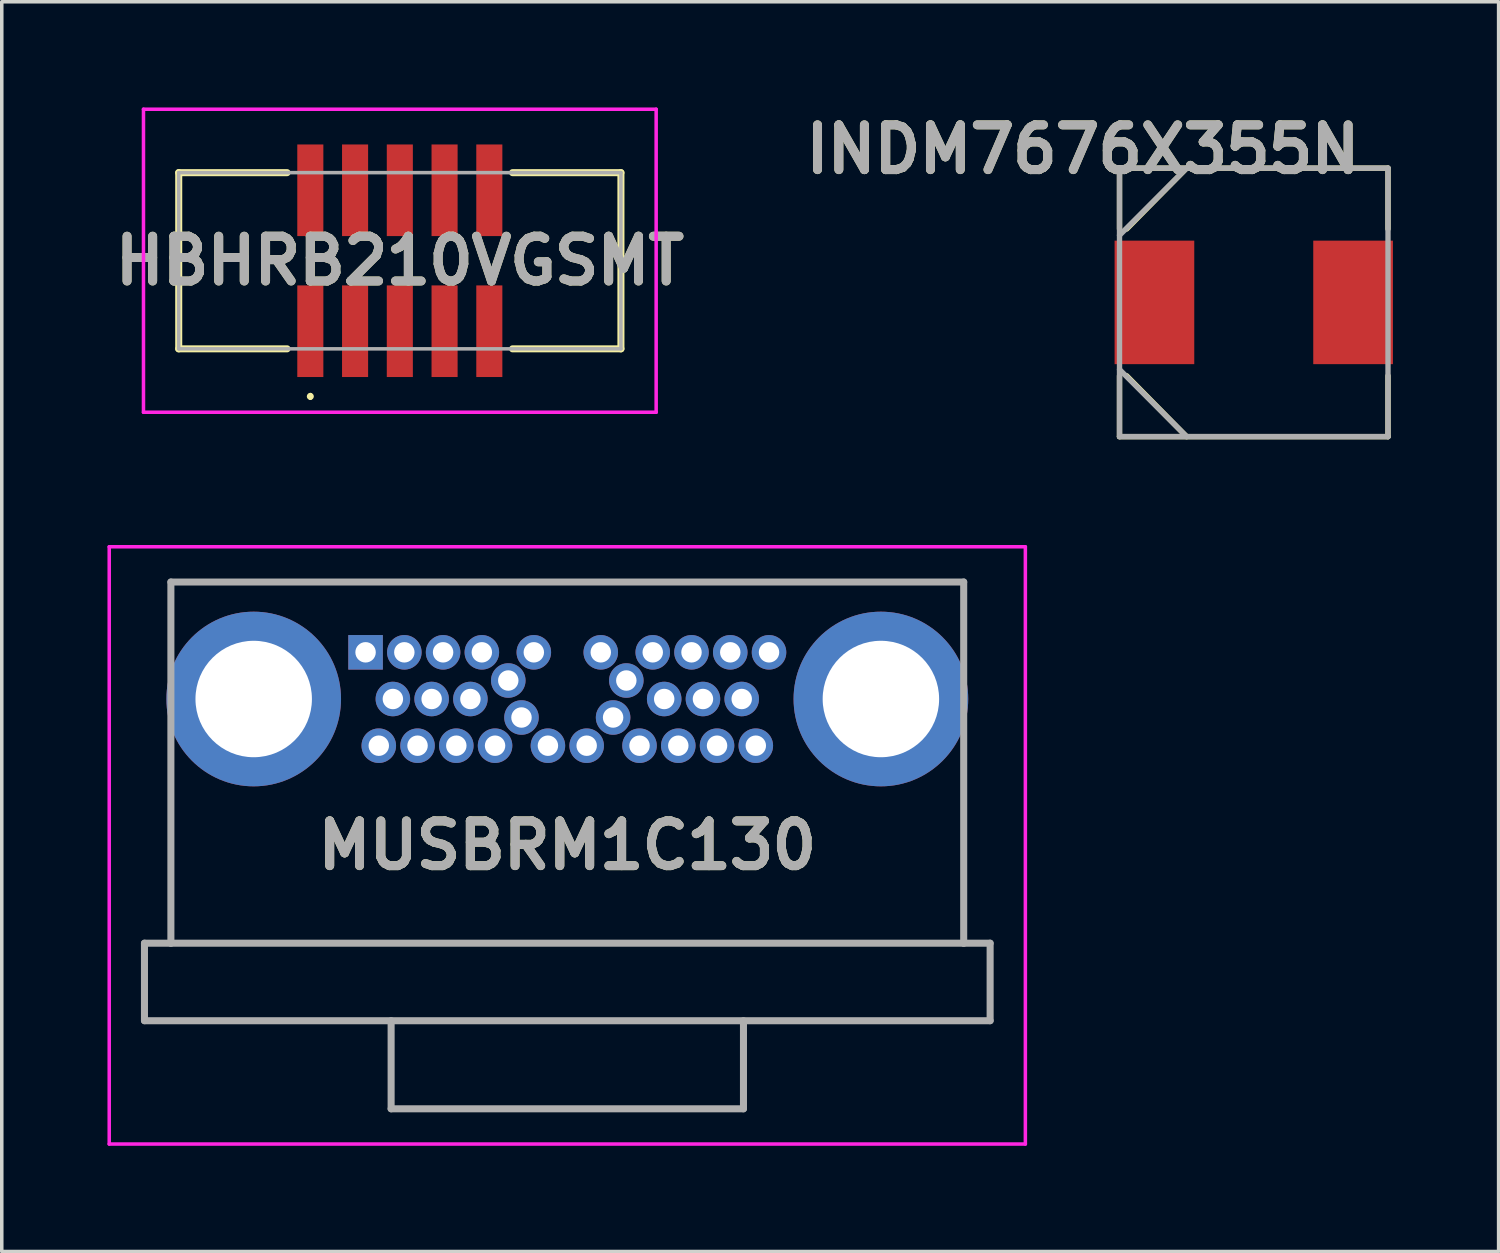
<source format=kicad_pcb>
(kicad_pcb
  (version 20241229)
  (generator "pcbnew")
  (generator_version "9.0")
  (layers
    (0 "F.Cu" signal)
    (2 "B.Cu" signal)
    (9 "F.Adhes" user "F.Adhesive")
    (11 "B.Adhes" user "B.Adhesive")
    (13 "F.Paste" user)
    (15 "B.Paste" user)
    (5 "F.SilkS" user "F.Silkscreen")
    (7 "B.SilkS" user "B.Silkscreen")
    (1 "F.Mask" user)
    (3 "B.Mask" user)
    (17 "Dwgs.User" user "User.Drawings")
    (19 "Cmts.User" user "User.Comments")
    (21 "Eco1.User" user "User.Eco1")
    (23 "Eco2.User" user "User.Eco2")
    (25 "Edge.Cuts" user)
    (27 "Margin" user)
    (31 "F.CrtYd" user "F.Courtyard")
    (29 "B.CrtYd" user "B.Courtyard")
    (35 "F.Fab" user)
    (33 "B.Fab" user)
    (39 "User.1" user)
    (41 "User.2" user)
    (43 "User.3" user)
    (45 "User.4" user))
  (footprint "HBHRB210VGSMT"
    (layer "F.Cu")
    (at 8.297 4.35)
    (property "Reference" "HBHRB210VGSMT" (at 0 0 0) (layer "F.SilkS") (effects (font (size 1.27 1.27) (thickness 0.254))))
    (attr smd)
    (fp_line (start -6.275 -2.5) (end -3.2 -2.5) (stroke (width 0.2) (type solid)) (layer "F.SilkS"))
    (fp_line (start -6.275 2.5) (end -6.275 -2.5) (stroke (width 0.2) (type solid)) (layer "F.SilkS"))
    (fp_line (start -3.2 2.5) (end -6.275 2.5) (stroke (width 0.2) (type solid)) (layer "F.SilkS"))
    (fp_line (start -2.54 3.8) (end -2.54 3.8) (stroke (width 0.1) (type solid)) (layer "F.SilkS"))
    (fp_line (start -2.54 3.9) (end -2.54 3.9) (stroke (width 0.1) (type solid)) (layer "F.SilkS"))
    (fp_line (start 3.2 -2.5) (end 6.275 -2.5) (stroke (width 0.2) (type solid)) (layer "F.SilkS"))
    (fp_line (start 6.275 -2.5) (end 6.275 2.5) (stroke (width 0.2) (type solid)) (layer "F.SilkS"))
    (fp_line (start 6.275 2.5) (end 3.2 2.5) (stroke (width 0.2) (type solid)) (layer "F.SilkS"))
    (fp_arc (start -2.54 3.8) (mid -2.49 3.85) (end -2.54 3.9) (stroke (width 0.1) (type solid)) (layer "F.SilkS"))
    (fp_arc (start -2.54 3.9) (mid -2.59 3.85) (end -2.54 3.8) (stroke (width 0.1) (type solid)) (layer "F.SilkS"))
    (fp_line (start -7.275 -4.3) (end 7.275 -4.3) (stroke (width 0.1) (type solid)) (layer "F.CrtYd"))
    (fp_line (start -7.275 4.3) (end -7.275 -4.3) (stroke (width 0.1) (type solid)) (layer "F.CrtYd"))
    (fp_line (start 7.275 -4.3) (end 7.275 4.3) (stroke (width 0.1) (type solid)) (layer "F.CrtYd"))
    (fp_line (start 7.275 4.3) (end -7.275 4.3) (stroke (width 0.1) (type solid)) (layer "F.CrtYd"))
    (fp_line (start -6.275 -2.5) (end 6.275 -2.5) (stroke (width 0.1) (type solid)) (layer "F.Fab"))
    (fp_line (start -6.275 2.5) (end -6.275 -2.5) (stroke (width 0.1) (type solid)) (layer "F.Fab"))
    (fp_line (start 6.275 -2.5) (end 6.275 2.5) (stroke (width 0.1) (type solid)) (layer "F.Fab"))
    (fp_line (start 6.275 2.5) (end -6.275 2.5) (stroke (width 0.1) (type solid)) (layer "F.Fab"))
    (fp_text user "${REFERENCE}" (at 0 0 0) (layer "F.Fab") (effects (font (size 1.27 1.27) (thickness 0.254))))
    (pad "1" smd rect (at -2.54 2) (size 0.74 2.6) (layers "F.Cu" "F.Mask" "F.Paste"))
    (pad "2" smd rect (at -2.54 -2) (size 0.74 2.6) (layers "F.Cu" "F.Mask" "F.Paste"))
    (pad "3" smd rect (at -1.27 2) (size 0.74 2.6) (layers "F.Cu" "F.Mask" "F.Paste"))
    (pad "4" smd rect (at -1.27 -2) (size 0.74 2.6) (layers "F.Cu" "F.Mask" "F.Paste"))
    (pad "5" smd rect (at 0 2) (size 0.74 2.6) (layers "F.Cu" "F.Mask" "F.Paste"))
    (pad "6" smd rect (at 0 -2) (size 0.74 2.6) (layers "F.Cu" "F.Mask" "F.Paste"))
    (pad "7" smd rect (at 1.27 2) (size 0.74 2.6) (layers "F.Cu" "F.Mask" "F.Paste"))
    (pad "8" smd rect (at 1.27 -2) (size 0.74 2.6) (layers "F.Cu" "F.Mask" "F.Paste"))
    (pad "9" smd rect (at 2.54 2) (size 0.74 2.6) (layers "F.Cu" "F.Mask" "F.Paste"))
    (pad "10" smd rect (at 2.54 -2) (size 0.74 2.6) (layers "F.Cu" "F.Mask" "F.Paste")))
  (footprint "MUSBRM1C130"
    (layer "F.Cu")
    (at 7.325 15.463)
    (property "Reference" "MUSBRM1C130" (at 5.725 5.48 0) (layer "F.SilkS") (effects (font (size 1.27 1.27) (thickness 0.254))))
    (attr through_hole)
    (fp_line (start -5.525 -1.995) (end 16.975 -1.995) (stroke (width 0.1) (type solid)) (layer "F.SilkS"))
    (fp_line (start -5.525 0) (end -5.525 -1.995) (stroke (width 0.1) (type solid)) (layer "F.SilkS"))
    (fp_line (start -5.525 2.955) (end -5.525 8.255) (stroke (width 0.1) (type solid)) (layer "F.SilkS"))
    (fp_line (start -5.525 8.255) (end 16.975 8.255) (stroke (width 0.1) (type solid)) (layer "F.SilkS"))
    (fp_line (start 16.975 -1.995) (end 16.975 0) (stroke (width 0.1) (type solid)) (layer "F.SilkS"))
    (fp_line (start 16.975 8.255) (end 16.975 2.955) (stroke (width 0.1) (type solid)) (layer "F.SilkS"))
    (fp_line (start -7.275 -2.995) (end 18.725 -2.995) (stroke (width 0.1) (type solid)) (layer "F.CrtYd"))
    (fp_line (start -7.275 13.955) (end -7.275 -2.995) (stroke (width 0.1) (type solid)) (layer "F.CrtYd"))
    (fp_line (start 18.725 -2.995) (end 18.725 13.955) (stroke (width 0.1) (type solid)) (layer "F.CrtYd"))
    (fp_line (start 18.725 13.955) (end -7.275 13.955) (stroke (width 0.1) (type solid)) (layer "F.CrtYd"))
    (fp_line (start -6.275 8.255) (end -6.275 10.455) (stroke (width 0.2) (type solid)) (layer "F.Fab"))
    (fp_line (start -6.275 10.455) (end 17.725 10.455) (stroke (width 0.2) (type solid)) (layer "F.Fab"))
    (fp_line (start -5.525 -1.995) (end 16.975 -1.995) (stroke (width 0.2) (type solid)) (layer "F.Fab"))
    (fp_line (start -5.525 8.255) (end -6.275 8.255) (stroke (width 0.2) (type solid)) (layer "F.Fab"))
    (fp_line (start -5.525 8.255) (end -5.525 -1.995) (stroke (width 0.2) (type solid)) (layer "F.Fab"))
    (fp_line (start 0.725 10.455) (end 0.725 12.955) (stroke (width 0.2) (type solid)) (layer "F.Fab"))
    (fp_line (start 0.725 12.955) (end 10.725 12.955) (stroke (width 0.2) (type solid)) (layer "F.Fab"))
    (fp_line (start 10.725 12.955) (end 10.725 10.455) (stroke (width 0.2) (type solid)) (layer "F.Fab"))
    (fp_line (start 16.975 -1.995) (end 16.975 8.255) (stroke (width 0.2) (type solid)) (layer "F.Fab"))
    (fp_line (start 16.975 8.255) (end -5.525 8.255) (stroke (width 0.2) (type solid)) (layer "F.Fab"))
    (fp_line (start 17.725 8.255) (end 16.975 8.255) (stroke (width 0.2) (type solid)) (layer "F.Fab"))
    (fp_line (start 17.725 10.455) (end 17.725 8.255) (stroke (width 0.2) (type solid)) (layer "F.Fab"))
    (fp_text user "${REFERENCE}" (at 5.725 5.48 0) (layer "F.Fab") (effects (font (size 1.27 1.27) (thickness 0.254))))
    (pad "A1" thru_hole rect (at 0 0) (size 0.98 0.98) (drill 0.58) (layers "*.Cu" "*.Mask"))
    (pad "A2" thru_hole circle (at 1.1 0) (size 0.98 0.98) (drill 0.58) (layers "*.Cu" "*.Mask"))
    (pad "A3" thru_hole circle (at 2.2 0) (size 0.98 0.98) (drill 0.58) (layers "*.Cu" "*.Mask"))
    (pad "A4" thru_hole circle (at 3.3 0) (size 0.98 0.98) (drill 0.58) (layers "*.Cu" "*.Mask"))
    (pad "A5" thru_hole circle (at 4.05 0.8) (size 0.98 0.98) (drill 0.58) (layers "*.Cu" "*.Mask"))
    (pad "A6" thru_hole circle (at 4.775 0) (size 0.98 0.98) (drill 0.58) (layers "*.Cu" "*.Mask"))
    (pad "A7" thru_hole circle (at 6.675 0) (size 0.98 0.98) (drill 0.58) (layers "*.Cu" "*.Mask"))
    (pad "A8" thru_hole circle (at 7.4 0.8) (size 0.98 0.98) (drill 0.58) (layers "*.Cu" "*.Mask"))
    (pad "A9" thru_hole circle (at 8.15 0) (size 0.98 0.98) (drill 0.58) (layers "*.Cu" "*.Mask"))
    (pad "A10" thru_hole circle (at 9.25 0) (size 0.98 0.98) (drill 0.58) (layers "*.Cu" "*.Mask"))
    (pad "A11" thru_hole circle (at 10.35 0) (size 0.98 0.98) (drill 0.58) (layers "*.Cu" "*.Mask"))
    (pad "A12" thru_hole circle (at 11.45 0) (size 0.98 0.98) (drill 0.58) (layers "*.Cu" "*.Mask"))
    (pad "B1" thru_hole circle (at 11.075 2.65) (size 0.98 0.98) (drill 0.58) (layers "*.Cu" "*.Mask"))
    (pad "B2" thru_hole circle (at 9.975 2.65) (size 0.98 0.98) (drill 0.58) (layers "*.Cu" "*.Mask"))
    (pad "B3" thru_hole circle (at 8.875 2.65) (size 0.98 0.98) (drill 0.58) (layers "*.Cu" "*.Mask"))
    (pad "B4" thru_hole circle (at 7.775 2.65) (size 0.98 0.98) (drill 0.58) (layers "*.Cu" "*.Mask"))
    (pad "B5" thru_hole circle (at 7.025 1.85) (size 0.98 0.98) (drill 0.58) (layers "*.Cu" "*.Mask"))
    (pad "B6" thru_hole circle (at 6.275 2.65) (size 0.98 0.98) (drill 0.58) (layers "*.Cu" "*.Mask"))
    (pad "B7" thru_hole circle (at 5.175 2.65) (size 0.98 0.98) (drill 0.58) (layers "*.Cu" "*.Mask"))
    (pad "B8" thru_hole circle (at 4.425 1.85) (size 0.98 0.98) (drill 0.58) (layers "*.Cu" "*.Mask"))
    (pad "B9" thru_hole circle (at 3.675 2.65) (size 0.98 0.98) (drill 0.58) (layers "*.Cu" "*.Mask"))
    (pad "B10" thru_hole circle (at 2.575 2.65) (size 0.98 0.98) (drill 0.58) (layers "*.Cu" "*.Mask"))
    (pad "B11" thru_hole circle (at 1.475 2.65) (size 0.98 0.98) (drill 0.58) (layers "*.Cu" "*.Mask"))
    (pad "B12" thru_hole circle (at 0.375 2.65) (size 0.98 0.98) (drill 0.58) (layers "*.Cu" "*.Mask"))
    (pad "G1" thru_hole circle (at 0.775 1.325) (size 0.98 0.98) (drill 0.58) (layers "*.Cu" "*.Mask"))
    (pad "G2" thru_hole circle (at 1.875 1.325) (size 0.98 0.98) (drill 0.58) (layers "*.Cu" "*.Mask"))
    (pad "G3" thru_hole circle (at 2.975 1.325) (size 0.98 0.98) (drill 0.58) (layers "*.Cu" "*.Mask"))
    (pad "G4" thru_hole circle (at 8.475 1.325) (size 0.98 0.98) (drill 0.58) (layers "*.Cu" "*.Mask"))
    (pad "G5" thru_hole circle (at 9.575 1.325) (size 0.98 0.98) (drill 0.58) (layers "*.Cu" "*.Mask"))
    (pad "G6" thru_hole circle (at 10.675 1.325) (size 0.98 0.98) (drill 0.58) (layers "*.Cu" "*.Mask"))
    (pad "SG1" thru_hole circle (at -3.175 1.325) (size 4.957 4.957) (drill 3.305) (layers "*.Cu" "*.Mask"))
    (pad "SG2" thru_hole circle (at 14.625 1.325) (size 4.957 4.957) (drill 3.305) (layers "*.Cu" "*.Mask")))
  (footprint "INDM7676X355N"
    (layer "F.Cu")
    (at 32.532 5.532)
    (property "Reference" "INDM7676X355N" (at -4.851 -4.343 0) (layer "F.SilkS") (effects (font (size 1.27 1.27) (thickness 0.254))))
    (attr smd)
    (fp_line (start -3.81 -3.81) (end -3.81 -2.083) (stroke (width 0.152) (type solid)) (layer "F.SilkS"))
    (fp_line (start -3.81 2.083) (end -3.81 3.81) (stroke (width 0.152) (type solid)) (layer "F.SilkS"))
    (fp_line (start -3.81 3.81) (end 3.81 3.81) (stroke (width 0.152) (type solid)) (layer "F.SilkS"))
    (fp_line (start -3.607 -2.083) (end -1.905 -3.81) (stroke (width 0.152) (type solid)) (layer "F.SilkS"))
    (fp_line (start -3.607 2.083) (end -1.905 3.81) (stroke (width 0.152) (type solid)) (layer "F.SilkS"))
    (fp_line (start 3.81 -3.81) (end -3.81 -3.81) (stroke (width 0.152) (type solid)) (layer "F.SilkS"))
    (fp_line (start 3.81 -2.083) (end 3.81 -3.81) (stroke (width 0.152) (type solid)) (layer "F.SilkS"))
    (fp_line (start 3.81 3.81) (end 3.81 2.083) (stroke (width 0.152) (type solid)) (layer "F.SilkS"))
    (fp_line (start -3.81 -3.81) (end -3.81 3.81) (stroke (width 0.152) (type solid)) (layer "F.Fab"))
    (fp_line (start -3.81 -1.905) (end -1.905 -3.81) (stroke (width 0.152) (type solid)) (layer "F.Fab"))
    (fp_line (start -3.81 1.905) (end -1.905 3.81) (stroke (width 0.152) (type solid)) (layer "F.Fab"))
    (fp_line (start -3.81 3.81) (end 3.81 3.81) (stroke (width 0.152) (type solid)) (layer "F.Fab"))
    (fp_line (start 3.81 -3.81) (end -3.81 -3.81) (stroke (width 0.152) (type solid)) (layer "F.Fab"))
    (fp_line (start 3.81 3.81) (end 3.81 -3.81) (stroke (width 0.152) (type solid)) (layer "F.Fab"))
    (fp_text user "${REFERENCE}" (at -4.851 -4.343 0) (layer "F.Fab") (effects (font (size 1.27 1.27) (thickness 0.254))))
    (pad "1" smd rect (at -2.819 0) (size 2.261 3.505) (layers "F.Cu" "F.Mask" "F.Paste"))
    (pad "2" smd rect (at 2.819 0) (size 2.261 3.505) (layers "F.Cu" "F.Mask" "F.Paste")))
  (gr_rect
    (start -3 -3)
    (end 39.481 32.468)
    (stroke (width 0.1) (type default))
    (fill no)
    (layer "Edge.Cuts")))
</source>
